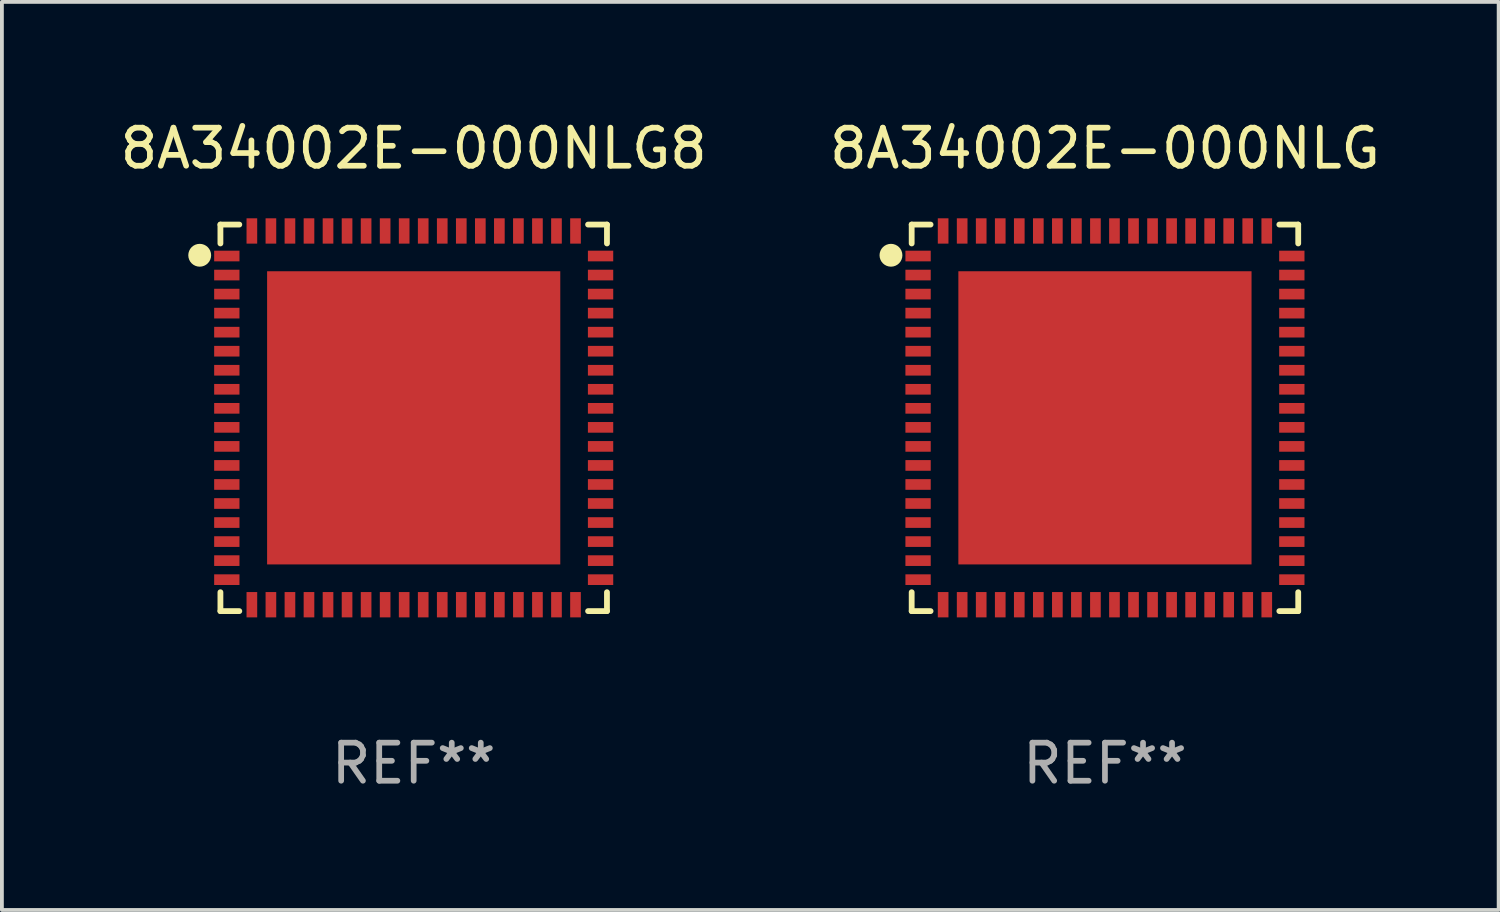
<source format=kicad_pcb>
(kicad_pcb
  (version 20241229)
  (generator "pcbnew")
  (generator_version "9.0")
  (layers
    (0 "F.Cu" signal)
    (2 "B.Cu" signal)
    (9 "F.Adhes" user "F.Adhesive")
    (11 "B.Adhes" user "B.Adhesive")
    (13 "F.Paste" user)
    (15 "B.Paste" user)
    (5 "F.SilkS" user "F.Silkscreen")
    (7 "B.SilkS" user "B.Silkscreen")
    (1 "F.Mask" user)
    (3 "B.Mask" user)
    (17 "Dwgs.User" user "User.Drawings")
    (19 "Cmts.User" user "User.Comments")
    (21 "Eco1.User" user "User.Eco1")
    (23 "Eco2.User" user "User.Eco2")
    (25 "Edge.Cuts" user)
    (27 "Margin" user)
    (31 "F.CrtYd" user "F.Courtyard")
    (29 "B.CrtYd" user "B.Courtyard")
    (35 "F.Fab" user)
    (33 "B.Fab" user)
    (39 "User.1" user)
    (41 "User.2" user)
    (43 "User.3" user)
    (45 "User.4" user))
  (footprint "8A34002E-000NLG"
    (layer "F.Cu")
    (at 25.97 7.924)
    (property "Reference" "8A34002E-000NLG" (at 0 -7.076 0) (layer "F.SilkS") (effects (font (size 1 1) (thickness 0.15))))
    (attr through_hole)
    (fp_line (start -5.076 -5.076) (end -5.076 -4.58) (stroke (width 0.152) (type solid)) (layer "F.SilkS"))
    (fp_line (start -5.076 5.076) (end -5.076 4.58) (stroke (width 0.152) (type solid)) (layer "F.SilkS"))
    (fp_line (start -4.58 -5.076) (end -5.076 -5.076) (stroke (width 0.152) (type solid)) (layer "F.SilkS"))
    (fp_line (start -4.58 5.076) (end -5.076 5.076) (stroke (width 0.152) (type solid)) (layer "F.SilkS"))
    (fp_line (start 4.58 -5.076) (end 5.076 -5.076) (stroke (width 0.152) (type solid)) (layer "F.SilkS"))
    (fp_line (start 4.58 5.076) (end 5.076 5.076) (stroke (width 0.152) (type solid)) (layer "F.SilkS"))
    (fp_line (start 5.076 -5.076) (end 5.076 -4.58) (stroke (width 0.152) (type solid)) (layer "F.SilkS"))
    (fp_line (start 5.076 5.076) (end 5.076 4.58) (stroke (width 0.152) (type solid)) (layer "F.SilkS"))
    (fp_circle (center -5.62 -4.27) (end -5.47 -4.27) (stroke (width 0.3) (type solid)) (fill no) (layer "F.SilkS"))
    (fp_text user "REF**" (at 0 9.076 0) (layer "F.Fab") (effects (font (size 1 1) (thickness 0.15))))
    (pad "1" smd rect (at -4.908 -4.25 270) (size 0.28 0.665) (layers "F.Cu" "F.Mask" "F.Paste"))
    (pad "2" smd rect (at -4.908 -3.75 270) (size 0.28 0.665) (layers "F.Cu" "F.Mask" "F.Paste"))
    (pad "3" smd rect (at -4.908 -3.25 270) (size 0.28 0.665) (layers "F.Cu" "F.Mask" "F.Paste"))
    (pad "4" smd rect (at -4.908 -2.75 270) (size 0.28 0.665) (layers "F.Cu" "F.Mask" "F.Paste"))
    (pad "5" smd rect (at -4.908 -2.25 270) (size 0.28 0.665) (layers "F.Cu" "F.Mask" "F.Paste"))
    (pad "6" smd rect (at -4.908 -1.75 270) (size 0.28 0.665) (layers "F.Cu" "F.Mask" "F.Paste"))
    (pad "7" smd rect (at -4.908 -1.25 270) (size 0.28 0.665) (layers "F.Cu" "F.Mask" "F.Paste"))
    (pad "8" smd rect (at -4.908 -0.75 270) (size 0.28 0.665) (layers "F.Cu" "F.Mask" "F.Paste"))
    (pad "9" smd rect (at -4.908 -0.25 270) (size 0.28 0.665) (layers "F.Cu" "F.Mask" "F.Paste"))
    (pad "10" smd rect (at -4.908 0.25 270) (size 0.28 0.665) (layers "F.Cu" "F.Mask" "F.Paste"))
    (pad "11" smd rect (at -4.908 0.75 270) (size 0.28 0.665) (layers "F.Cu" "F.Mask" "F.Paste"))
    (pad "12" smd rect (at -4.908 1.25 270) (size 0.28 0.665) (layers "F.Cu" "F.Mask" "F.Paste"))
    (pad "13" smd rect (at -4.908 1.75 270) (size 0.28 0.665) (layers "F.Cu" "F.Mask" "F.Paste"))
    (pad "14" smd rect (at -4.908 2.25 270) (size 0.28 0.665) (layers "F.Cu" "F.Mask" "F.Paste"))
    (pad "15" smd rect (at -4.908 2.75 270) (size 0.28 0.665) (layers "F.Cu" "F.Mask" "F.Paste"))
    (pad "16" smd rect (at -4.908 3.25 270) (size 0.28 0.665) (layers "F.Cu" "F.Mask" "F.Paste"))
    (pad "17" smd rect (at -4.908 3.75 270) (size 0.28 0.665) (layers "F.Cu" "F.Mask" "F.Paste"))
    (pad "18" smd rect (at -4.908 4.25 270) (size 0.28 0.665) (layers "F.Cu" "F.Mask" "F.Paste"))
    (pad "19" smd rect (at -4.25 4.908 270) (size 0.665 0.28) (layers "F.Cu" "F.Mask" "F.Paste"))
    (pad "20" smd rect (at -3.75 4.908 270) (size 0.665 0.28) (layers "F.Cu" "F.Mask" "F.Paste"))
    (pad "21" smd rect (at -3.25 4.908 270) (size 0.665 0.28) (layers "F.Cu" "F.Mask" "F.Paste"))
    (pad "22" smd rect (at -2.75 4.908 270) (size 0.665 0.28) (layers "F.Cu" "F.Mask" "F.Paste"))
    (pad "23" smd rect (at -2.25 4.908 270) (size 0.665 0.28) (layers "F.Cu" "F.Mask" "F.Paste"))
    (pad "24" smd rect (at -1.75 4.908 270) (size 0.665 0.28) (layers "F.Cu" "F.Mask" "F.Paste"))
    (pad "25" smd rect (at -1.25 4.908 270) (size 0.665 0.28) (layers "F.Cu" "F.Mask" "F.Paste"))
    (pad "26" smd rect (at -0.75 4.908 270) (size 0.665 0.28) (layers "F.Cu" "F.Mask" "F.Paste"))
    (pad "27" smd rect (at -0.25 4.908 270) (size 0.665 0.28) (layers "F.Cu" "F.Mask" "F.Paste"))
    (pad "28" smd rect (at 0.25 4.908 270) (size 0.665 0.28) (layers "F.Cu" "F.Mask" "F.Paste"))
    (pad "29" smd rect (at 0.75 4.908 270) (size 0.665 0.28) (layers "F.Cu" "F.Mask" "F.Paste"))
    (pad "30" smd rect (at 1.25 4.908 270) (size 0.665 0.28) (layers "F.Cu" "F.Mask" "F.Paste"))
    (pad "31" smd rect (at 1.75 4.908 270) (size 0.665 0.28) (layers "F.Cu" "F.Mask" "F.Paste"))
    (pad "32" smd rect (at 2.25 4.908 270) (size 0.665 0.28) (layers "F.Cu" "F.Mask" "F.Paste"))
    (pad "33" smd rect (at 2.75 4.908 270) (size 0.665 0.28) (layers "F.Cu" "F.Mask" "F.Paste"))
    (pad "34" smd rect (at 3.25 4.908 270) (size 0.665 0.28) (layers "F.Cu" "F.Mask" "F.Paste"))
    (pad "35" smd rect (at 3.75 4.908 270) (size 0.665 0.28) (layers "F.Cu" "F.Mask" "F.Paste"))
    (pad "36" smd rect (at 4.25 4.908 270) (size 0.665 0.28) (layers "F.Cu" "F.Mask" "F.Paste"))
    (pad "37" smd rect (at 4.908 4.25 270) (size 0.28 0.665) (layers "F.Cu" "F.Mask" "F.Paste"))
    (pad "38" smd rect (at 4.908 3.75 270) (size 0.28 0.665) (layers "F.Cu" "F.Mask" "F.Paste"))
    (pad "39" smd rect (at 4.908 3.25 270) (size 0.28 0.665) (layers "F.Cu" "F.Mask" "F.Paste"))
    (pad "40" smd rect (at 4.908 2.75 270) (size 0.28 0.665) (layers "F.Cu" "F.Mask" "F.Paste"))
    (pad "41" smd rect (at 4.908 2.25 270) (size 0.28 0.665) (layers "F.Cu" "F.Mask" "F.Paste"))
    (pad "42" smd rect (at 4.908 1.75 270) (size 0.28 0.665) (layers "F.Cu" "F.Mask" "F.Paste"))
    (pad "43" smd rect (at 4.908 1.25 270) (size 0.28 0.665) (layers "F.Cu" "F.Mask" "F.Paste"))
    (pad "44" smd rect (at 4.908 0.75 270) (size 0.28 0.665) (layers "F.Cu" "F.Mask" "F.Paste"))
    (pad "45" smd rect (at 4.908 0.25 270) (size 0.28 0.665) (layers "F.Cu" "F.Mask" "F.Paste"))
    (pad "46" smd rect (at 4.908 -0.25 270) (size 0.28 0.665) (layers "F.Cu" "F.Mask" "F.Paste"))
    (pad "47" smd rect (at 4.908 -0.75 270) (size 0.28 0.665) (layers "F.Cu" "F.Mask" "F.Paste"))
    (pad "48" smd rect (at 4.908 -1.25 270) (size 0.28 0.665) (layers "F.Cu" "F.Mask" "F.Paste"))
    (pad "49" smd rect (at 4.908 -1.75 270) (size 0.28 0.665) (layers "F.Cu" "F.Mask" "F.Paste"))
    (pad "50" smd rect (at 4.908 -2.25 270) (size 0.28 0.665) (layers "F.Cu" "F.Mask" "F.Paste"))
    (pad "51" smd rect (at 4.908 -2.75 270) (size 0.28 0.665) (layers "F.Cu" "F.Mask" "F.Paste"))
    (pad "52" smd rect (at 4.908 -3.25 270) (size 0.28 0.665) (layers "F.Cu" "F.Mask" "F.Paste"))
    (pad "53" smd rect (at 4.908 -3.75 270) (size 0.28 0.665) (layers "F.Cu" "F.Mask" "F.Paste"))
    (pad "54" smd rect (at 4.908 -4.25 270) (size 0.28 0.665) (layers "F.Cu" "F.Mask" "F.Paste"))
    (pad "55" smd rect (at 4.25 -4.908 270) (size 0.665 0.28) (layers "F.Cu" "F.Mask" "F.Paste"))
    (pad "56" smd rect (at 3.75 -4.908 270) (size 0.665 0.28) (layers "F.Cu" "F.Mask" "F.Paste"))
    (pad "57" smd rect (at 3.25 -4.908 270) (size 0.665 0.28) (layers "F.Cu" "F.Mask" "F.Paste"))
    (pad "58" smd rect (at 2.75 -4.908 270) (size 0.665 0.28) (layers "F.Cu" "F.Mask" "F.Paste"))
    (pad "59" smd rect (at 2.25 -4.908 270) (size 0.665 0.28) (layers "F.Cu" "F.Mask" "F.Paste"))
    (pad "60" smd rect (at 1.75 -4.908 270) (size 0.665 0.28) (layers "F.Cu" "F.Mask" "F.Paste"))
    (pad "61" smd rect (at 1.25 -4.908 270) (size 0.665 0.28) (layers "F.Cu" "F.Mask" "F.Paste"))
    (pad "62" smd rect (at 0.75 -4.908 270) (size 0.665 0.28) (layers "F.Cu" "F.Mask" "F.Paste"))
    (pad "63" smd rect (at 0.25 -4.908 270) (size 0.665 0.28) (layers "F.Cu" "F.Mask" "F.Paste"))
    (pad "64" smd rect (at -0.25 -4.908 270) (size 0.665 0.28) (layers "F.Cu" "F.Mask" "F.Paste"))
    (pad "65" smd rect (at -0.75 -4.908 270) (size 0.665 0.28) (layers "F.Cu" "F.Mask" "F.Paste"))
    (pad "66" smd rect (at -1.25 -4.908 270) (size 0.665 0.28) (layers "F.Cu" "F.Mask" "F.Paste"))
    (pad "67" smd rect (at -1.75 -4.908 270) (size 0.665 0.28) (layers "F.Cu" "F.Mask" "F.Paste"))
    (pad "68" smd rect (at -2.25 -4.908 270) (size 0.665 0.28) (layers "F.Cu" "F.Mask" "F.Paste"))
    (pad "69" smd rect (at -2.75 -4.908 270) (size 0.665 0.28) (layers "F.Cu" "F.Mask" "F.Paste"))
    (pad "70" smd rect (at -3.25 -4.908 270) (size 0.665 0.28) (layers "F.Cu" "F.Mask" "F.Paste"))
    (pad "71" smd rect (at -3.75 -4.908 270) (size 0.665 0.28) (layers "F.Cu" "F.Mask" "F.Paste"))
    (pad "72" smd rect (at -4.25 -4.908 270) (size 0.665 0.28) (layers "F.Cu" "F.Mask" "F.Paste"))
    (pad "73" smd rect (at 0 0 270) (size 7.7 7.7) (layers "F.Cu" "F.Mask" "F.Paste")))
  (footprint "8A34002E-000NLG8"
    (layer "F.Cu")
    (at 7.815 7.924)
    (property "Reference" "8A34002E-000NLG8" (at 0 -7.076 0) (layer "F.SilkS") (effects (font (size 1 1) (thickness 0.15))))
    (attr through_hole)
    (fp_line (start -5.076 -5.076) (end -5.076 -4.58) (stroke (width 0.152) (type solid)) (layer "F.SilkS"))
    (fp_line (start -5.076 5.076) (end -5.076 4.58) (stroke (width 0.152) (type solid)) (layer "F.SilkS"))
    (fp_line (start -4.58 -5.076) (end -5.076 -5.076) (stroke (width 0.152) (type solid)) (layer "F.SilkS"))
    (fp_line (start -4.58 5.076) (end -5.076 5.076) (stroke (width 0.152) (type solid)) (layer "F.SilkS"))
    (fp_line (start 4.58 -5.076) (end 5.076 -5.076) (stroke (width 0.152) (type solid)) (layer "F.SilkS"))
    (fp_line (start 4.58 5.076) (end 5.076 5.076) (stroke (width 0.152) (type solid)) (layer "F.SilkS"))
    (fp_line (start 5.076 -5.076) (end 5.076 -4.58) (stroke (width 0.152) (type solid)) (layer "F.SilkS"))
    (fp_line (start 5.076 5.076) (end 5.076 4.58) (stroke (width 0.152) (type solid)) (layer "F.SilkS"))
    (fp_circle (center -5.62 -4.27) (end -5.47 -4.27) (stroke (width 0.3) (type solid)) (fill no) (layer "F.SilkS"))
    (fp_text user "REF**" (at 0 9.076 0) (layer "F.Fab") (effects (font (size 1 1) (thickness 0.15))))
    (pad "1" smd rect (at -4.908 -4.25 270) (size 0.28 0.665) (layers "F.Cu" "F.Mask" "F.Paste"))
    (pad "2" smd rect (at -4.908 -3.75 270) (size 0.28 0.665) (layers "F.Cu" "F.Mask" "F.Paste"))
    (pad "3" smd rect (at -4.908 -3.25 270) (size 0.28 0.665) (layers "F.Cu" "F.Mask" "F.Paste"))
    (pad "4" smd rect (at -4.908 -2.75 270) (size 0.28 0.665) (layers "F.Cu" "F.Mask" "F.Paste"))
    (pad "5" smd rect (at -4.908 -2.25 270) (size 0.28 0.665) (layers "F.Cu" "F.Mask" "F.Paste"))
    (pad "6" smd rect (at -4.908 -1.75 270) (size 0.28 0.665) (layers "F.Cu" "F.Mask" "F.Paste"))
    (pad "7" smd rect (at -4.908 -1.25 270) (size 0.28 0.665) (layers "F.Cu" "F.Mask" "F.Paste"))
    (pad "8" smd rect (at -4.908 -0.75 270) (size 0.28 0.665) (layers "F.Cu" "F.Mask" "F.Paste"))
    (pad "9" smd rect (at -4.908 -0.25 270) (size 0.28 0.665) (layers "F.Cu" "F.Mask" "F.Paste"))
    (pad "10" smd rect (at -4.908 0.25 270) (size 0.28 0.665) (layers "F.Cu" "F.Mask" "F.Paste"))
    (pad "11" smd rect (at -4.908 0.75 270) (size 0.28 0.665) (layers "F.Cu" "F.Mask" "F.Paste"))
    (pad "12" smd rect (at -4.908 1.25 270) (size 0.28 0.665) (layers "F.Cu" "F.Mask" "F.Paste"))
    (pad "13" smd rect (at -4.908 1.75 270) (size 0.28 0.665) (layers "F.Cu" "F.Mask" "F.Paste"))
    (pad "14" smd rect (at -4.908 2.25 270) (size 0.28 0.665) (layers "F.Cu" "F.Mask" "F.Paste"))
    (pad "15" smd rect (at -4.908 2.75 270) (size 0.28 0.665) (layers "F.Cu" "F.Mask" "F.Paste"))
    (pad "16" smd rect (at -4.908 3.25 270) (size 0.28 0.665) (layers "F.Cu" "F.Mask" "F.Paste"))
    (pad "17" smd rect (at -4.908 3.75 270) (size 0.28 0.665) (layers "F.Cu" "F.Mask" "F.Paste"))
    (pad "18" smd rect (at -4.908 4.25 270) (size 0.28 0.665) (layers "F.Cu" "F.Mask" "F.Paste"))
    (pad "19" smd rect (at -4.25 4.908 270) (size 0.665 0.28) (layers "F.Cu" "F.Mask" "F.Paste"))
    (pad "20" smd rect (at -3.75 4.908 270) (size 0.665 0.28) (layers "F.Cu" "F.Mask" "F.Paste"))
    (pad "21" smd rect (at -3.25 4.908 270) (size 0.665 0.28) (layers "F.Cu" "F.Mask" "F.Paste"))
    (pad "22" smd rect (at -2.75 4.908 270) (size 0.665 0.28) (layers "F.Cu" "F.Mask" "F.Paste"))
    (pad "23" smd rect (at -2.25 4.908 270) (size 0.665 0.28) (layers "F.Cu" "F.Mask" "F.Paste"))
    (pad "24" smd rect (at -1.75 4.908 270) (size 0.665 0.28) (layers "F.Cu" "F.Mask" "F.Paste"))
    (pad "25" smd rect (at -1.25 4.908 270) (size 0.665 0.28) (layers "F.Cu" "F.Mask" "F.Paste"))
    (pad "26" smd rect (at -0.75 4.908 270) (size 0.665 0.28) (layers "F.Cu" "F.Mask" "F.Paste"))
    (pad "27" smd rect (at -0.25 4.908 270) (size 0.665 0.28) (layers "F.Cu" "F.Mask" "F.Paste"))
    (pad "28" smd rect (at 0.25 4.908 270) (size 0.665 0.28) (layers "F.Cu" "F.Mask" "F.Paste"))
    (pad "29" smd rect (at 0.75 4.908 270) (size 0.665 0.28) (layers "F.Cu" "F.Mask" "F.Paste"))
    (pad "30" smd rect (at 1.25 4.908 270) (size 0.665 0.28) (layers "F.Cu" "F.Mask" "F.Paste"))
    (pad "31" smd rect (at 1.75 4.908 270) (size 0.665 0.28) (layers "F.Cu" "F.Mask" "F.Paste"))
    (pad "32" smd rect (at 2.25 4.908 270) (size 0.665 0.28) (layers "F.Cu" "F.Mask" "F.Paste"))
    (pad "33" smd rect (at 2.75 4.908 270) (size 0.665 0.28) (layers "F.Cu" "F.Mask" "F.Paste"))
    (pad "34" smd rect (at 3.25 4.908 270) (size 0.665 0.28) (layers "F.Cu" "F.Mask" "F.Paste"))
    (pad "35" smd rect (at 3.75 4.908 270) (size 0.665 0.28) (layers "F.Cu" "F.Mask" "F.Paste"))
    (pad "36" smd rect (at 4.25 4.908 270) (size 0.665 0.28) (layers "F.Cu" "F.Mask" "F.Paste"))
    (pad "37" smd rect (at 4.908 4.25 270) (size 0.28 0.665) (layers "F.Cu" "F.Mask" "F.Paste"))
    (pad "38" smd rect (at 4.908 3.75 270) (size 0.28 0.665) (layers "F.Cu" "F.Mask" "F.Paste"))
    (pad "39" smd rect (at 4.908 3.25 270) (size 0.28 0.665) (layers "F.Cu" "F.Mask" "F.Paste"))
    (pad "40" smd rect (at 4.908 2.75 270) (size 0.28 0.665) (layers "F.Cu" "F.Mask" "F.Paste"))
    (pad "41" smd rect (at 4.908 2.25 270) (size 0.28 0.665) (layers "F.Cu" "F.Mask" "F.Paste"))
    (pad "42" smd rect (at 4.908 1.75 270) (size 0.28 0.665) (layers "F.Cu" "F.Mask" "F.Paste"))
    (pad "43" smd rect (at 4.908 1.25 270) (size 0.28 0.665) (layers "F.Cu" "F.Mask" "F.Paste"))
    (pad "44" smd rect (at 4.908 0.75 270) (size 0.28 0.665) (layers "F.Cu" "F.Mask" "F.Paste"))
    (pad "45" smd rect (at 4.908 0.25 270) (size 0.28 0.665) (layers "F.Cu" "F.Mask" "F.Paste"))
    (pad "46" smd rect (at 4.908 -0.25 270) (size 0.28 0.665) (layers "F.Cu" "F.Mask" "F.Paste"))
    (pad "47" smd rect (at 4.908 -0.75 270) (size 0.28 0.665) (layers "F.Cu" "F.Mask" "F.Paste"))
    (pad "48" smd rect (at 4.908 -1.25 270) (size 0.28 0.665) (layers "F.Cu" "F.Mask" "F.Paste"))
    (pad "49" smd rect (at 4.908 -1.75 270) (size 0.28 0.665) (layers "F.Cu" "F.Mask" "F.Paste"))
    (pad "50" smd rect (at 4.908 -2.25 270) (size 0.28 0.665) (layers "F.Cu" "F.Mask" "F.Paste"))
    (pad "51" smd rect (at 4.908 -2.75 270) (size 0.28 0.665) (layers "F.Cu" "F.Mask" "F.Paste"))
    (pad "52" smd rect (at 4.908 -3.25 270) (size 0.28 0.665) (layers "F.Cu" "F.Mask" "F.Paste"))
    (pad "53" smd rect (at 4.908 -3.75 270) (size 0.28 0.665) (layers "F.Cu" "F.Mask" "F.Paste"))
    (pad "54" smd rect (at 4.908 -4.25 270) (size 0.28 0.665) (layers "F.Cu" "F.Mask" "F.Paste"))
    (pad "55" smd rect (at 4.25 -4.908 270) (size 0.665 0.28) (layers "F.Cu" "F.Mask" "F.Paste"))
    (pad "56" smd rect (at 3.75 -4.908 270) (size 0.665 0.28) (layers "F.Cu" "F.Mask" "F.Paste"))
    (pad "57" smd rect (at 3.25 -4.908 270) (size 0.665 0.28) (layers "F.Cu" "F.Mask" "F.Paste"))
    (pad "58" smd rect (at 2.75 -4.908 270) (size 0.665 0.28) (layers "F.Cu" "F.Mask" "F.Paste"))
    (pad "59" smd rect (at 2.25 -4.908 270) (size 0.665 0.28) (layers "F.Cu" "F.Mask" "F.Paste"))
    (pad "60" smd rect (at 1.75 -4.908 270) (size 0.665 0.28) (layers "F.Cu" "F.Mask" "F.Paste"))
    (pad "61" smd rect (at 1.25 -4.908 270) (size 0.665 0.28) (layers "F.Cu" "F.Mask" "F.Paste"))
    (pad "62" smd rect (at 0.75 -4.908 270) (size 0.665 0.28) (layers "F.Cu" "F.Mask" "F.Paste"))
    (pad "63" smd rect (at 0.25 -4.908 270) (size 0.665 0.28) (layers "F.Cu" "F.Mask" "F.Paste"))
    (pad "64" smd rect (at -0.25 -4.908 270) (size 0.665 0.28) (layers "F.Cu" "F.Mask" "F.Paste"))
    (pad "65" smd rect (at -0.75 -4.908 270) (size 0.665 0.28) (layers "F.Cu" "F.Mask" "F.Paste"))
    (pad "66" smd rect (at -1.25 -4.908 270) (size 0.665 0.28) (layers "F.Cu" "F.Mask" "F.Paste"))
    (pad "67" smd rect (at -1.75 -4.908 270) (size 0.665 0.28) (layers "F.Cu" "F.Mask" "F.Paste"))
    (pad "68" smd rect (at -2.25 -4.908 270) (size 0.665 0.28) (layers "F.Cu" "F.Mask" "F.Paste"))
    (pad "69" smd rect (at -2.75 -4.908 270) (size 0.665 0.28) (layers "F.Cu" "F.Mask" "F.Paste"))
    (pad "70" smd rect (at -3.25 -4.908 270) (size 0.665 0.28) (layers "F.Cu" "F.Mask" "F.Paste"))
    (pad "71" smd rect (at -3.75 -4.908 270) (size 0.665 0.28) (layers "F.Cu" "F.Mask" "F.Paste"))
    (pad "72" smd rect (at -4.25 -4.908 270) (size 0.665 0.28) (layers "F.Cu" "F.Mask" "F.Paste"))
    (pad "73" smd rect (at 0 0 270) (size 7.7 7.7) (layers "F.Cu" "F.Mask" "F.Paste")))
  (gr_rect
    (start -3 -3)
    (end 36.31 20.849)
    (stroke (width 0.1) (type default))
    (fill no)
    (layer "Edge.Cuts")))
</source>
